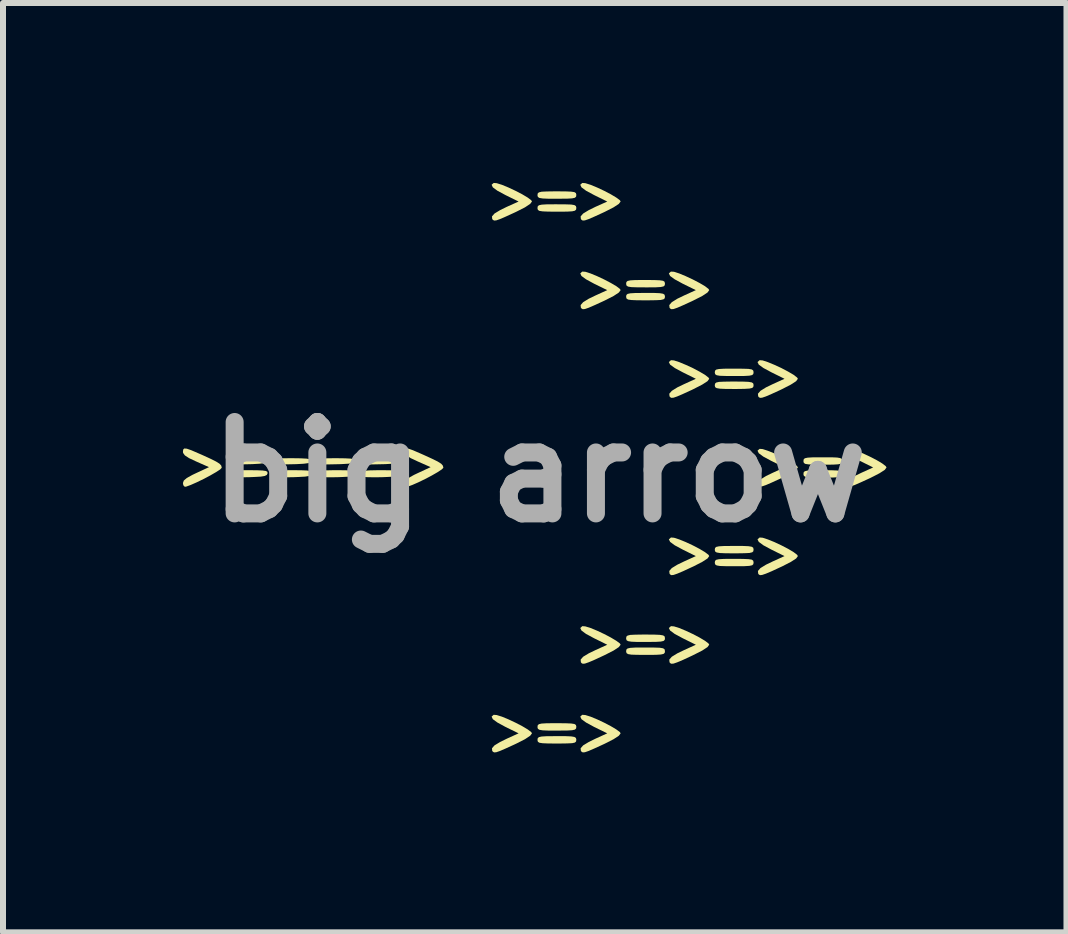
<source format=kicad_pcb>
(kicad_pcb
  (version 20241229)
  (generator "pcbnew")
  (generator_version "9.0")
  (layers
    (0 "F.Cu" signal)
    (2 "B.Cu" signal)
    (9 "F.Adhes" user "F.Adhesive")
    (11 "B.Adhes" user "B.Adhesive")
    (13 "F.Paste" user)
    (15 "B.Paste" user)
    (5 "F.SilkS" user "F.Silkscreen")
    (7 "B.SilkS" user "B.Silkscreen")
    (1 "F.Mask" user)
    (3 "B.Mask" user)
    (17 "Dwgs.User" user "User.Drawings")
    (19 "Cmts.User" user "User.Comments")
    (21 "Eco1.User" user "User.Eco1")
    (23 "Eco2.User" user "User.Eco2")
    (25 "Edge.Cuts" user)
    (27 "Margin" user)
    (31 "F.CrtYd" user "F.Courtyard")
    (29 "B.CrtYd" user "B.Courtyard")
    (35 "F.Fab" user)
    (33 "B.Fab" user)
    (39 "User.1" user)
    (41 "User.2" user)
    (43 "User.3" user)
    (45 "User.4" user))
  (footprint "big arrow"
    (layer "F.Cu")
    (at 5.942 4.82)
    (property "Reference" "big arrow" (at 0 0 0) (layer "F.Fab") (effects (font (size 1.524 1.524) (thickness 0.3))))
    (attr board_only exclude_from_pos_files exclude_from_bom)
    (fp_poly (pts (xy -4.717 -0.229) (xy -4.621 -0.224) (xy -4.566 -0.214) (xy -4.544 -0.197) (xy -4.541 -0.185) (xy -4.552 -0.164) (xy -4.59 -0.149) (xy -4.665 -0.139) (xy -4.788 -0.132) (xy -4.875 -0.13) (xy -5.021 -0.127) (xy -5.117 -0.128) (xy -5.171 -0.134) (xy -5.195 -0.148) (xy -5.199 -0.17) (xy -5.197 -0.176) (xy -5.186 -0.201) (xy -5.157 -0.217) (xy -5.098 -0.226) (xy -4.998 -0.23) (xy -4.864 -0.231)) (stroke (width 0) (type solid)) (fill yes) (layer "F.SilkS"))
    (fp_poly (pts (xy -3.978 -0.229) (xy -3.882 -0.224) (xy -3.827 -0.214) (xy -3.805 -0.197) (xy -3.802 -0.185) (xy -3.813 -0.164) (xy -3.851 -0.149) (xy -3.927 -0.139) (xy -4.049 -0.132) (xy -4.136 -0.13) (xy -4.283 -0.127) (xy -4.378 -0.128) (xy -4.433 -0.134) (xy -4.456 -0.148) (xy -4.46 -0.17) (xy -4.459 -0.176) (xy -4.447 -0.201) (xy -4.418 -0.217) (xy -4.359 -0.226) (xy -4.259 -0.23) (xy -4.125 -0.231)) (stroke (width 0) (type solid)) (fill yes) (layer "F.SilkS"))
    (fp_poly (pts (xy -3.239 -0.229) (xy -3.143 -0.224) (xy -3.089 -0.214) (xy -3.066 -0.197) (xy -3.063 -0.185) (xy -3.074 -0.164) (xy -3.112 -0.149) (xy -3.188 -0.139) (xy -3.31 -0.132) (xy -3.397 -0.13) (xy -3.544 -0.127) (xy -3.639 -0.128) (xy -3.694 -0.134) (xy -3.717 -0.148) (xy -3.721 -0.17) (xy -3.72 -0.176) (xy -3.708 -0.201) (xy -3.679 -0.217) (xy -3.62 -0.226) (xy -3.52 -0.23) (xy -3.386 -0.231)) (stroke (width 0) (type solid)) (fill yes) (layer "F.SilkS"))
    (fp_poly (pts (xy -2.5 -0.229) (xy -2.404 -0.224) (xy -2.35 -0.214) (xy -2.327 -0.197) (xy -2.324 -0.185) (xy -2.335 -0.164) (xy -2.373 -0.149) (xy -2.449 -0.139) (xy -2.571 -0.132) (xy -2.658 -0.13) (xy -2.805 -0.127) (xy -2.9 -0.128) (xy -2.955 -0.134) (xy -2.979 -0.148) (xy -2.982 -0.17) (xy -2.981 -0.176) (xy -2.97 -0.201) (xy -2.94 -0.217) (xy -2.881 -0.226) (xy -2.781 -0.23) (xy -2.647 -0.231)) (stroke (width 0) (type solid)) (fill yes) (layer "F.SilkS"))
    (fp_poly (pts (xy -4.713 -0.03) (xy -4.616 -0.026) (xy -4.559 -0.018) (xy -4.535 -0.004) (xy -4.531 0.018) (xy -4.532 0.023) (xy -4.544 0.048) (xy -4.578 0.065) (xy -4.644 0.076) (xy -4.753 0.082) (xy -4.851 0.086) (xy -4.983 0.087) (xy -5.092 0.085) (xy -5.163 0.079) (xy -5.182 0.073) (xy -5.202 0.025) (xy -5.203 0.01) (xy -5.189 -0.009) (xy -5.141 -0.021) (xy -5.05 -0.028) (xy -4.909 -0.031) (xy -4.862 -0.031)) (stroke (width 0) (type solid)) (fill yes) (layer "F.SilkS"))
    (fp_poly (pts (xy -3.974 -0.03) (xy -3.877 -0.026) (xy -3.821 -0.018) (xy -3.796 -0.004) (xy -3.792 0.018) (xy -3.793 0.023) (xy -3.805 0.048) (xy -3.839 0.065) (xy -3.905 0.076) (xy -4.014 0.082) (xy -4.112 0.086) (xy -4.245 0.087) (xy -4.353 0.085) (xy -4.424 0.079) (xy -4.443 0.073) (xy -4.463 0.025) (xy -4.464 0.01) (xy -4.45 -0.009) (xy -4.402 -0.021) (xy -4.311 -0.028) (xy -4.17 -0.031) (xy -4.123 -0.031)) (stroke (width 0) (type solid)) (fill yes) (layer "F.SilkS"))
    (fp_poly (pts (xy -3.235 -0.03) (xy -3.138 -0.026) (xy -3.082 -0.018) (xy -3.057 -0.004) (xy -3.053 0.018) (xy -3.054 0.023) (xy -3.066 0.048) (xy -3.1 0.065) (xy -3.166 0.076) (xy -3.275 0.082) (xy -3.373 0.086) (xy -3.506 0.087) (xy -3.614 0.085) (xy -3.685 0.079) (xy -3.704 0.073) (xy -3.724 0.025) (xy -3.725 0.01) (xy -3.711 -0.009) (xy -3.663 -0.021) (xy -3.572 -0.028) (xy -3.431 -0.031) (xy -3.384 -0.031)) (stroke (width 0) (type solid)) (fill yes) (layer "F.SilkS"))
    (fp_poly (pts (xy -2.496 -0.03) (xy -2.399 -0.026) (xy -2.343 -0.018) (xy -2.318 -0.004) (xy -2.314 0.018) (xy -2.315 0.023) (xy -2.327 0.048) (xy -2.361 0.065) (xy -2.427 0.076) (xy -2.536 0.082) (xy -2.634 0.086) (xy -2.767 0.087) (xy -2.875 0.085) (xy -2.946 0.079) (xy -2.965 0.073) (xy -2.985 0.025) (xy -2.986 0.01) (xy -2.972 -0.009) (xy -2.924 -0.021) (xy -2.834 -0.028) (xy -2.692 -0.031) (xy -2.646 -0.031)) (stroke (width 0) (type solid)) (fill yes) (layer "F.SilkS"))
    (fp_poly (pts (xy 0.437 -4.679) (xy 0.53 -4.675) (xy 0.584 -4.667) (xy 0.609 -4.651) (xy 0.616 -4.626) (xy 0.616 -4.618) (xy 0.612 -4.591) (xy 0.592 -4.573) (xy 0.547 -4.563) (xy 0.464 -4.558) (xy 0.333 -4.557) (xy 0.292 -4.557) (xy 0.148 -4.557) (xy 0.055 -4.561) (xy 0.001 -4.57) (xy -0.024 -4.586) (xy -0.031 -4.61) (xy -0.031 -4.618) (xy -0.027 -4.646) (xy -0.007 -4.663) (xy 0.038 -4.674) (xy 0.121 -4.678) (xy 0.252 -4.68) (xy 0.292 -4.68)) (stroke (width 0) (type solid)) (fill yes) (layer "F.SilkS"))
    (fp_poly (pts (xy 0.437 -4.463) (xy 0.53 -4.46) (xy 0.584 -4.451) (xy 0.609 -4.435) (xy 0.616 -4.41) (xy 0.616 -4.403) (xy 0.612 -4.375) (xy 0.592 -4.357) (xy 0.547 -4.347) (xy 0.464 -4.342) (xy 0.333 -4.341) (xy 0.292 -4.341) (xy 0.148 -4.342) (xy 0.055 -4.346) (xy 0.001 -4.354) (xy -0.024 -4.37) (xy -0.031 -4.395) (xy -0.031 -4.403) (xy -0.027 -4.43) (xy -0.007 -4.448) (xy 0.038 -4.458) (xy 0.121 -4.463) (xy 0.252 -4.464) (xy 0.292 -4.464)) (stroke (width 0) (type solid)) (fill yes) (layer "F.SilkS"))
    (fp_poly (pts (xy 0.437 4.188) (xy 0.53 4.192) (xy 0.584 4.2) (xy 0.609 4.216) (xy 0.616 4.241) (xy 0.616 4.249) (xy 0.612 4.276) (xy 0.592 4.294) (xy 0.547 4.304) (xy 0.464 4.309) (xy 0.333 4.31) (xy 0.292 4.31) (xy 0.148 4.31) (xy 0.055 4.306) (xy 0.001 4.297) (xy -0.024 4.281) (xy -0.031 4.256) (xy -0.031 4.249) (xy -0.027 4.221) (xy -0.007 4.203) (xy 0.038 4.193) (xy 0.121 4.188) (xy 0.252 4.187) (xy 0.292 4.187)) (stroke (width 0) (type solid)) (fill yes) (layer "F.SilkS"))
    (fp_poly (pts (xy 0.437 4.403) (xy 0.53 4.407) (xy 0.584 4.416) (xy 0.609 4.432) (xy 0.616 4.457) (xy 0.616 4.464) (xy 0.612 4.492) (xy 0.592 4.51) (xy 0.547 4.52) (xy 0.464 4.524) (xy 0.333 4.526) (xy 0.292 4.526) (xy 0.148 4.525) (xy 0.055 4.521) (xy 0.001 4.513) (xy -0.024 4.497) (xy -0.031 4.472) (xy -0.031 4.464) (xy -0.027 4.437) (xy -0.007 4.419) (xy 0.038 4.409) (xy 0.121 4.404) (xy 0.252 4.403) (xy 0.292 4.403)) (stroke (width 0) (type solid)) (fill yes) (layer "F.SilkS"))
    (fp_poly (pts (xy 1.915 -3.201) (xy 2.008 -3.197) (xy 2.062 -3.189) (xy 2.087 -3.173) (xy 2.093 -3.148) (xy 2.094 -3.14) (xy 2.09 -3.113) (xy 2.07 -3.095) (xy 2.024 -3.085) (xy 1.942 -3.08) (xy 1.811 -3.079) (xy 1.77 -3.079) (xy 1.626 -3.08) (xy 1.533 -3.083) (xy 1.479 -3.092) (xy 1.454 -3.108) (xy 1.447 -3.133) (xy 1.447 -3.14) (xy 1.451 -3.168) (xy 1.471 -3.186) (xy 1.516 -3.196) (xy 1.599 -3.201) (xy 1.73 -3.202) (xy 1.77 -3.202)) (stroke (width 0) (type solid)) (fill yes) (layer "F.SilkS"))
    (fp_poly (pts (xy 1.915 -2.986) (xy 2.008 -2.982) (xy 2.062 -2.973) (xy 2.087 -2.957) (xy 2.093 -2.933) (xy 2.094 -2.925) (xy 2.09 -2.897) (xy 2.07 -2.88) (xy 2.024 -2.869) (xy 1.942 -2.865) (xy 1.811 -2.863) (xy 1.77 -2.863) (xy 1.626 -2.864) (xy 1.533 -2.868) (xy 1.479 -2.876) (xy 1.454 -2.892) (xy 1.447 -2.917) (xy 1.447 -2.925) (xy 1.451 -2.952) (xy 1.471 -2.97) (xy 1.516 -2.98) (xy 1.599 -2.985) (xy 1.73 -2.986) (xy 1.77 -2.986)) (stroke (width 0) (type solid)) (fill yes) (layer "F.SilkS"))
    (fp_poly (pts (xy 1.915 2.71) (xy 2.008 2.714) (xy 2.062 2.723) (xy 2.087 2.738) (xy 2.093 2.763) (xy 2.094 2.771) (xy 2.09 2.798) (xy 2.07 2.816) (xy 2.024 2.826) (xy 1.942 2.831) (xy 1.811 2.832) (xy 1.77 2.832) (xy 1.626 2.832) (xy 1.533 2.828) (xy 1.479 2.819) (xy 1.454 2.804) (xy 1.447 2.779) (xy 1.447 2.771) (xy 1.451 2.743) (xy 1.471 2.726) (xy 1.516 2.715) (xy 1.599 2.711) (xy 1.73 2.709) (xy 1.77 2.709)) (stroke (width 0) (type solid)) (fill yes) (layer "F.SilkS"))
    (fp_poly (pts (xy 1.915 2.926) (xy 2.008 2.929) (xy 2.062 2.938) (xy 2.087 2.954) (xy 2.093 2.979) (xy 2.094 2.986) (xy 2.09 3.014) (xy 2.07 3.032) (xy 2.024 3.042) (xy 1.942 3.047) (xy 1.811 3.048) (xy 1.77 3.048) (xy 1.626 3.047) (xy 1.533 3.044) (xy 1.479 3.035) (xy 1.454 3.019) (xy 1.447 2.994) (xy 1.447 2.986) (xy 1.451 2.959) (xy 1.471 2.941) (xy 1.516 2.931) (xy 1.599 2.926) (xy 1.73 2.925) (xy 1.77 2.925)) (stroke (width 0) (type solid)) (fill yes) (layer "F.SilkS"))
    (fp_poly (pts (xy 3.392 -1.723) (xy 3.486 -1.72) (xy 3.54 -1.711) (xy 3.564 -1.695) (xy 3.571 -1.67) (xy 3.571 -1.663) (xy 3.567 -1.635) (xy 3.548 -1.617) (xy 3.502 -1.607) (xy 3.419 -1.602) (xy 3.289 -1.601) (xy 3.248 -1.601) (xy 3.104 -1.602) (xy 3.01 -1.605) (xy 2.957 -1.614) (xy 2.932 -1.63) (xy 2.925 -1.655) (xy 2.925 -1.663) (xy 2.929 -1.69) (xy 2.948 -1.708) (xy 2.994 -1.718) (xy 3.077 -1.723) (xy 3.208 -1.724) (xy 3.248 -1.724)) (stroke (width 0) (type solid)) (fill yes) (layer "F.SilkS"))
    (fp_poly (pts (xy 3.392 -1.508) (xy 3.486 -1.504) (xy 3.54 -1.495) (xy 3.564 -1.48) (xy 3.571 -1.455) (xy 3.571 -1.447) (xy 3.567 -1.42) (xy 3.548 -1.402) (xy 3.502 -1.392) (xy 3.419 -1.387) (xy 3.289 -1.385) (xy 3.248 -1.385) (xy 3.104 -1.386) (xy 3.01 -1.39) (xy 2.957 -1.399) (xy 2.932 -1.414) (xy 2.925 -1.439) (xy 2.925 -1.447) (xy 2.929 -1.474) (xy 2.948 -1.492) (xy 2.994 -1.503) (xy 3.077 -1.507) (xy 3.208 -1.509) (xy 3.248 -1.509)) (stroke (width 0) (type solid)) (fill yes) (layer "F.SilkS"))
    (fp_poly (pts (xy 3.392 1.232) (xy 3.486 1.236) (xy 3.54 1.245) (xy 3.564 1.26) (xy 3.571 1.285) (xy 3.571 1.293) (xy 3.567 1.321) (xy 3.548 1.338) (xy 3.502 1.349) (xy 3.419 1.353) (xy 3.289 1.355) (xy 3.248 1.355) (xy 3.104 1.354) (xy 3.01 1.35) (xy 2.957 1.341) (xy 2.932 1.326) (xy 2.925 1.301) (xy 2.925 1.293) (xy 2.929 1.266) (xy 2.948 1.248) (xy 2.994 1.238) (xy 3.077 1.233) (xy 3.208 1.232) (xy 3.248 1.232)) (stroke (width 0) (type solid)) (fill yes) (layer "F.SilkS"))
    (fp_poly (pts (xy 3.392 1.448) (xy 3.486 1.452) (xy 3.54 1.46) (xy 3.564 1.476) (xy 3.571 1.501) (xy 3.571 1.509) (xy 3.567 1.536) (xy 3.548 1.554) (xy 3.502 1.564) (xy 3.419 1.569) (xy 3.289 1.57) (xy 3.248 1.57) (xy 3.104 1.569) (xy 3.01 1.566) (xy 2.957 1.557) (xy 2.932 1.541) (xy 2.925 1.516) (xy 2.925 1.509) (xy 2.929 1.481) (xy 2.948 1.463) (xy 2.994 1.453) (xy 3.077 1.448) (xy 3.208 1.447) (xy 3.248 1.447)) (stroke (width 0) (type solid)) (fill yes) (layer "F.SilkS"))
    (fp_poly (pts (xy 4.87 -0.246) (xy 4.964 -0.242) (xy 5.017 -0.233) (xy 5.042 -0.217) (xy 5.049 -0.192) (xy 5.049 -0.185) (xy 5.045 -0.157) (xy 5.026 -0.139) (xy 4.98 -0.129) (xy 4.897 -0.124) (xy 4.766 -0.123) (xy 4.726 -0.123) (xy 4.582 -0.124) (xy 4.488 -0.128) (xy 4.434 -0.136) (xy 4.41 -0.152) (xy 4.403 -0.177) (xy 4.403 -0.185) (xy 4.407 -0.212) (xy 4.426 -0.23) (xy 4.472 -0.24) (xy 4.555 -0.245) (xy 4.685 -0.246) (xy 4.726 -0.246)) (stroke (width 0) (type solid)) (fill yes) (layer "F.SilkS"))
    (fp_poly (pts (xy 4.87 -0.03) (xy 4.964 -0.026) (xy 5.017 -0.018) (xy 5.042 -0.002) (xy 5.049 0.023) (xy 5.049 0.031) (xy 5.045 0.058) (xy 5.026 0.076) (xy 4.98 0.086) (xy 4.897 0.091) (xy 4.766 0.092) (xy 4.726 0.092) (xy 4.582 0.092) (xy 4.488 0.088) (xy 4.434 0.079) (xy 4.41 0.063) (xy 4.403 0.039) (xy 4.403 0.031) (xy 4.407 0.003) (xy 4.426 -0.014) (xy 4.472 -0.025) (xy 4.555 -0.029) (xy 4.685 -0.031) (xy 4.726 -0.031)) (stroke (width 0) (type solid)) (fill yes) (layer "F.SilkS"))
    (fp_poly (pts (xy -0.711 -4.816) (xy -0.624 -4.789) (xy -0.515 -4.744) (xy -0.398 -4.689) (xy -0.286 -4.631) (xy -0.194 -4.576) (xy -0.136 -4.532) (xy -0.123 -4.511) (xy -0.153 -4.471) (xy -0.24 -4.413) (xy -0.386 -4.339) (xy -0.418 -4.324) (xy -0.56 -4.259) (xy -0.657 -4.217) (xy -0.718 -4.196) (xy -0.754 -4.193) (xy -0.775 -4.205) (xy -0.786 -4.219) (xy -0.79 -4.262) (xy -0.748 -4.31) (xy -0.654 -4.367) (xy -0.542 -4.422) (xy -0.346 -4.51) (xy -0.565 -4.618) (xy -0.699 -4.69) (xy -0.776 -4.747) (xy -0.796 -4.79) (xy -0.762 -4.819) (xy -0.76 -4.82)) (stroke (width 0) (type solid)) (fill yes) (layer "F.SilkS"))
    (fp_poly (pts (xy -0.711 4.051) (xy -0.624 4.078) (xy -0.515 4.123) (xy -0.398 4.178) (xy -0.286 4.236) (xy -0.194 4.291) (xy -0.136 4.335) (xy -0.123 4.356) (xy -0.153 4.396) (xy -0.24 4.454) (xy -0.386 4.528) (xy -0.418 4.543) (xy -0.56 4.608) (xy -0.657 4.65) (xy -0.718 4.671) (xy -0.754 4.674) (xy -0.775 4.662) (xy -0.786 4.648) (xy -0.79 4.605) (xy -0.748 4.557) (xy -0.654 4.5) (xy -0.542 4.445) (xy -0.346 4.356) (xy -0.565 4.249) (xy -0.699 4.176) (xy -0.776 4.12) (xy -0.796 4.077) (xy -0.762 4.047) (xy -0.76 4.047)) (stroke (width 0) (type solid)) (fill yes) (layer "F.SilkS"))
    (fp_poly (pts (xy 0.767 -4.816) (xy 0.854 -4.789) (xy 0.963 -4.744) (xy 1.08 -4.689) (xy 1.191 -4.631) (xy 1.283 -4.576) (xy 1.342 -4.532) (xy 1.355 -4.511) (xy 1.325 -4.471) (xy 1.237 -4.413) (xy 1.092 -4.339) (xy 1.06 -4.324) (xy 0.918 -4.259) (xy 0.821 -4.217) (xy 0.76 -4.196) (xy 0.724 -4.193) (xy 0.703 -4.205) (xy 0.692 -4.219) (xy 0.688 -4.262) (xy 0.73 -4.31) (xy 0.824 -4.367) (xy 0.936 -4.422) (xy 1.132 -4.51) (xy 0.913 -4.618) (xy 0.779 -4.69) (xy 0.702 -4.747) (xy 0.682 -4.79) (xy 0.715 -4.819) (xy 0.717 -4.82)) (stroke (width 0) (type solid)) (fill yes) (layer "F.SilkS"))
    (fp_poly (pts (xy 0.767 -3.339) (xy 0.854 -3.311) (xy 0.963 -3.266) (xy 1.08 -3.211) (xy 1.191 -3.153) (xy 1.283 -3.099) (xy 1.342 -3.054) (xy 1.355 -3.033) (xy 1.325 -2.993) (xy 1.237 -2.935) (xy 1.092 -2.861) (xy 1.06 -2.846) (xy 0.918 -2.781) (xy 0.821 -2.739) (xy 0.76 -2.718) (xy 0.724 -2.715) (xy 0.703 -2.727) (xy 0.692 -2.741) (xy 0.688 -2.784) (xy 0.73 -2.832) (xy 0.824 -2.89) (xy 0.936 -2.944) (xy 1.132 -3.033) (xy 0.913 -3.14) (xy 0.779 -3.213) (xy 0.702 -3.269) (xy 0.682 -3.312) (xy 0.715 -3.342) (xy 0.717 -3.342)) (stroke (width 0) (type solid)) (fill yes) (layer "F.SilkS"))
    (fp_poly (pts (xy 0.767 2.573) (xy 0.854 2.6) (xy 0.963 2.645) (xy 1.08 2.7) (xy 1.191 2.758) (xy 1.283 2.813) (xy 1.342 2.857) (xy 1.355 2.878) (xy 1.325 2.918) (xy 1.237 2.976) (xy 1.092 3.05) (xy 1.06 3.065) (xy 0.918 3.131) (xy 0.821 3.172) (xy 0.76 3.193) (xy 0.724 3.196) (xy 0.703 3.185) (xy 0.692 3.17) (xy 0.688 3.127) (xy 0.73 3.079) (xy 0.824 3.022) (xy 0.936 2.968) (xy 1.132 2.879) (xy 0.913 2.771) (xy 0.779 2.699) (xy 0.702 2.642) (xy 0.682 2.6) (xy 0.715 2.57) (xy 0.717 2.569)) (stroke (width 0) (type solid)) (fill yes) (layer "F.SilkS"))
    (fp_poly (pts (xy 0.767 4.051) (xy 0.854 4.078) (xy 0.963 4.123) (xy 1.08 4.178) (xy 1.191 4.236) (xy 1.283 4.291) (xy 1.342 4.335) (xy 1.355 4.356) (xy 1.325 4.396) (xy 1.237 4.454) (xy 1.092 4.528) (xy 1.06 4.543) (xy 0.918 4.608) (xy 0.821 4.65) (xy 0.76 4.671) (xy 0.724 4.674) (xy 0.703 4.662) (xy 0.692 4.648) (xy 0.688 4.605) (xy 0.73 4.557) (xy 0.824 4.5) (xy 0.936 4.445) (xy 1.132 4.356) (xy 0.913 4.249) (xy 0.779 4.176) (xy 0.702 4.12) (xy 0.682 4.077) (xy 0.715 4.047) (xy 0.717 4.047)) (stroke (width 0) (type solid)) (fill yes) (layer "F.SilkS"))
    (fp_poly (pts (xy 2.245 -3.339) (xy 2.332 -3.311) (xy 2.44 -3.266) (xy 2.558 -3.211) (xy 2.669 -3.153) (xy 2.761 -3.099) (xy 2.819 -3.054) (xy 2.832 -3.033) (xy 2.803 -2.993) (xy 2.715 -2.935) (xy 2.569 -2.861) (xy 2.538 -2.846) (xy 2.396 -2.781) (xy 2.299 -2.739) (xy 2.238 -2.718) (xy 2.202 -2.715) (xy 2.18 -2.727) (xy 2.17 -2.741) (xy 2.166 -2.784) (xy 2.208 -2.832) (xy 2.301 -2.89) (xy 2.413 -2.944) (xy 2.609 -3.033) (xy 2.391 -3.14) (xy 2.257 -3.213) (xy 2.18 -3.269) (xy 2.159 -3.312) (xy 2.193 -3.342) (xy 2.195 -3.342)) (stroke (width 0) (type solid)) (fill yes) (layer "F.SilkS"))
    (fp_poly (pts (xy 2.245 -1.861) (xy 2.332 -1.833) (xy 2.44 -1.788) (xy 2.558 -1.734) (xy 2.669 -1.675) (xy 2.761 -1.621) (xy 2.819 -1.576) (xy 2.832 -1.555) (xy 2.803 -1.515) (xy 2.715 -1.458) (xy 2.569 -1.383) (xy 2.538 -1.368) (xy 2.396 -1.303) (xy 2.299 -1.261) (xy 2.238 -1.24) (xy 2.202 -1.237) (xy 2.18 -1.249) (xy 2.17 -1.264) (xy 2.166 -1.306) (xy 2.208 -1.354) (xy 2.301 -1.412) (xy 2.413 -1.466) (xy 2.609 -1.555) (xy 2.391 -1.663) (xy 2.257 -1.735) (xy 2.18 -1.791) (xy 2.159 -1.834) (xy 2.193 -1.864) (xy 2.195 -1.865)) (stroke (width 0) (type solid)) (fill yes) (layer "F.SilkS"))
    (fp_poly (pts (xy 2.245 1.095) (xy 2.332 1.123) (xy 2.44 1.167) (xy 2.558 1.222) (xy 2.669 1.28) (xy 2.761 1.335) (xy 2.819 1.379) (xy 2.832 1.401) (xy 2.803 1.441) (xy 2.715 1.498) (xy 2.569 1.573) (xy 2.538 1.587) (xy 2.396 1.653) (xy 2.299 1.694) (xy 2.238 1.715) (xy 2.202 1.719) (xy 2.18 1.707) (xy 2.17 1.692) (xy 2.166 1.649) (xy 2.208 1.601) (xy 2.301 1.544) (xy 2.413 1.49) (xy 2.609 1.401) (xy 2.391 1.293) (xy 2.257 1.221) (xy 2.18 1.164) (xy 2.159 1.122) (xy 2.193 1.092) (xy 2.195 1.091)) (stroke (width 0) (type solid)) (fill yes) (layer "F.SilkS"))
    (fp_poly (pts (xy 2.245 2.573) (xy 2.332 2.6) (xy 2.44 2.645) (xy 2.558 2.7) (xy 2.669 2.758) (xy 2.761 2.813) (xy 2.819 2.857) (xy 2.832 2.878) (xy 2.803 2.918) (xy 2.715 2.976) (xy 2.569 3.05) (xy 2.538 3.065) (xy 2.396 3.131) (xy 2.299 3.172) (xy 2.238 3.193) (xy 2.202 3.196) (xy 2.18 3.185) (xy 2.17 3.17) (xy 2.166 3.127) (xy 2.208 3.079) (xy 2.301 3.022) (xy 2.413 2.968) (xy 2.609 2.879) (xy 2.391 2.771) (xy 2.257 2.699) (xy 2.18 2.642) (xy 2.159 2.6) (xy 2.193 2.57) (xy 2.195 2.569)) (stroke (width 0) (type solid)) (fill yes) (layer "F.SilkS"))
    (fp_poly (pts (xy 3.723 -1.861) (xy 3.809 -1.833) (xy 3.918 -1.788) (xy 4.035 -1.734) (xy 4.147 -1.675) (xy 4.239 -1.621) (xy 4.297 -1.576) (xy 4.31 -1.555) (xy 4.281 -1.515) (xy 4.193 -1.458) (xy 4.047 -1.383) (xy 4.016 -1.368) (xy 3.874 -1.303) (xy 3.777 -1.261) (xy 3.715 -1.24) (xy 3.679 -1.237) (xy 3.658 -1.249) (xy 3.648 -1.264) (xy 3.644 -1.306) (xy 3.686 -1.354) (xy 3.779 -1.412) (xy 3.891 -1.466) (xy 4.087 -1.555) (xy 3.869 -1.663) (xy 3.735 -1.735) (xy 3.658 -1.791) (xy 3.637 -1.834) (xy 3.671 -1.864) (xy 3.673 -1.865)) (stroke (width 0) (type solid)) (fill yes) (layer "F.SilkS"))
    (fp_poly (pts (xy 3.723 -0.383) (xy 3.809 -0.355) (xy 3.918 -0.311) (xy 4.035 -0.256) (xy 4.147 -0.198) (xy 4.239 -0.143) (xy 4.297 -0.098) (xy 4.31 -0.077) (xy 4.281 -0.037) (xy 4.193 0.02) (xy 4.047 0.095) (xy 4.016 0.11) (xy 3.874 0.175) (xy 3.777 0.217) (xy 3.715 0.238) (xy 3.679 0.241) (xy 3.658 0.229) (xy 3.648 0.214) (xy 3.644 0.172) (xy 3.686 0.124) (xy 3.779 0.066) (xy 3.891 0.012) (xy 4.087 -0.077) (xy 3.869 -0.185) (xy 3.735 -0.257) (xy 3.658 -0.314) (xy 3.637 -0.356) (xy 3.671 -0.386) (xy 3.673 -0.387)) (stroke (width 0) (type solid)) (fill yes) (layer "F.SilkS"))
    (fp_poly (pts (xy 3.723 1.095) (xy 3.809 1.123) (xy 3.918 1.167) (xy 4.035 1.222) (xy 4.147 1.28) (xy 4.239 1.335) (xy 4.297 1.379) (xy 4.31 1.401) (xy 4.281 1.441) (xy 4.193 1.498) (xy 4.047 1.573) (xy 4.016 1.587) (xy 3.874 1.653) (xy 3.777 1.694) (xy 3.715 1.715) (xy 3.679 1.719) (xy 3.658 1.707) (xy 3.648 1.692) (xy 3.644 1.649) (xy 3.686 1.601) (xy 3.779 1.544) (xy 3.891 1.49) (xy 4.087 1.401) (xy 3.869 1.293) (xy 3.735 1.221) (xy 3.658 1.164) (xy 3.637 1.122) (xy 3.671 1.092) (xy 3.673 1.091)) (stroke (width 0) (type solid)) (fill yes) (layer "F.SilkS"))
    (fp_poly (pts (xy 5.201 -0.383) (xy 5.287 -0.355) (xy 5.396 -0.311) (xy 5.513 -0.256) (xy 5.625 -0.198) (xy 5.717 -0.143) (xy 5.775 -0.098) (xy 5.788 -0.077) (xy 5.759 -0.037) (xy 5.671 0.02) (xy 5.525 0.095) (xy 5.493 0.11) (xy 5.351 0.175) (xy 5.255 0.217) (xy 5.193 0.238) (xy 5.157 0.241) (xy 5.136 0.229) (xy 5.125 0.214) (xy 5.121 0.172) (xy 5.164 0.124) (xy 5.257 0.066) (xy 5.369 0.012) (xy 5.565 -0.077) (xy 5.347 -0.185) (xy 5.212 -0.257) (xy 5.136 -0.314) (xy 5.115 -0.356) (xy 5.149 -0.386) (xy 5.151 -0.387)) (stroke (width 0) (type solid)) (fill yes) (layer "F.SilkS"))
    (fp_poly (pts (xy -5.878 -0.39) (xy -5.803 -0.364) (xy -5.685 -0.313) (xy -5.625 -0.287) (xy -5.483 -0.222) (xy -5.389 -0.175) (xy -5.332 -0.139) (xy -5.304 -0.109) (xy -5.296 -0.078) (xy -5.296 -0.071) (xy -5.321 -0.044) (xy -5.39 0.001) (xy -5.487 0.057) (xy -5.599 0.116) (xy -5.712 0.171) (xy -5.812 0.215) (xy -5.886 0.242) (xy -5.911 0.246) (xy -5.936 0.22) (xy -5.942 0.183) (xy -5.928 0.142) (xy -5.878 0.099) (xy -5.784 0.047) (xy -5.725 0.019) (xy -5.508 -0.082) (xy -5.725 -0.178) (xy -5.842 -0.233) (xy -5.91 -0.278) (xy -5.939 -0.318) (xy -5.942 -0.337) (xy -5.938 -0.375) (xy -5.92 -0.393)) (stroke (width 0) (type solid)) (fill yes) (layer "F.SilkS"))
    (fp_poly (pts (xy -2.183 -0.39) (xy -2.108 -0.364) (xy -1.99 -0.313) (xy -1.931 -0.287) (xy -1.789 -0.222) (xy -1.694 -0.175) (xy -1.637 -0.139) (xy -1.61 -0.109) (xy -1.601 -0.078) (xy -1.601 -0.071) (xy -1.627 -0.044) (xy -1.695 0.001) (xy -1.792 0.057) (xy -1.904 0.116) (xy -2.017 0.171) (xy -2.118 0.215) (xy -2.192 0.242) (xy -2.216 0.246) (xy -2.241 0.22) (xy -2.248 0.183) (xy -2.233 0.142) (xy -2.183 0.099) (xy -2.089 0.047) (xy -2.03 0.019) (xy -1.813 -0.082) (xy -2.03 -0.178) (xy -2.147 -0.233) (xy -2.216 -0.278) (xy -2.245 -0.318) (xy -2.248 -0.337) (xy -2.244 -0.375) (xy -2.225 -0.393)) (stroke (width 0) (type solid)) (fill yes) (layer "F.SilkS")))
  (gr_rect
    (start -3 -3)
    (end 14.73 12.494)
    (stroke (width 0.1) (type default))
    (fill no)
    (layer "Edge.Cuts")))
</source>
